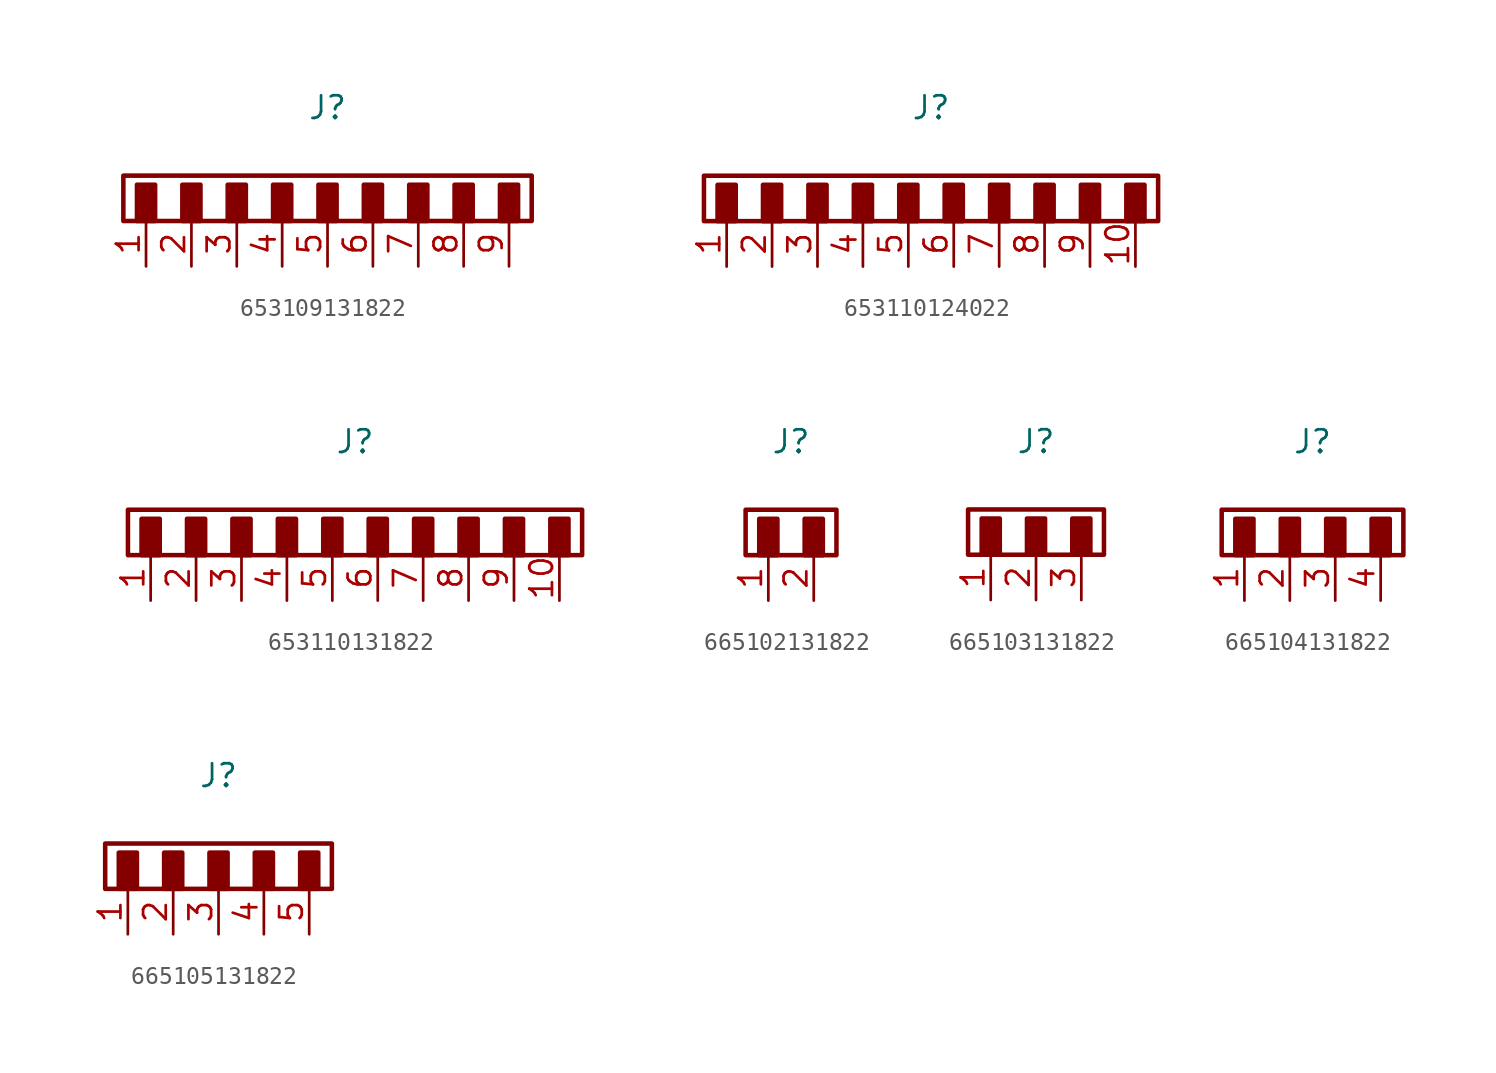
<source format=kicad_sym>
(kicad_symbol_lib
  (version 20241209)
  (generator "kicad_symbol_editor")
  (generator_version "9.0")
  (symbol "653109131822"
    (pin_names
      (hide yes))
    (property "Reference" "J"
      (at 0 5.08 0)
      (effects (font (size 1.27 1.27))))
    (symbol "653109131822_1_1"
      (rectangle (start -11.43 1.27) (end 11.43 -1.27) (stroke (width 0.254) (type solid)) (fill (type none)))
      (rectangle (start -9.652 0.762) (end -10.668 -1.27) (stroke (width 0.254) (type solid)) (fill (type outline)))
      (rectangle (start -7.112 0.762) (end -8.128 -1.27) (stroke (width 0.254) (type solid)) (fill (type outline)))
      (rectangle (start -4.572 0.762) (end -5.588 -1.27) (stroke (width 0.254) (type solid)) (fill (type outline)))
      (rectangle (start -2.032 0.762) (end -3.048 -1.27) (stroke (width 0.254) (type solid)) (fill (type outline)))
      (rectangle (start 0.508 0.762) (end -0.508 -1.27) (stroke (width 0.254) (type solid)) (fill (type outline)))
      (rectangle (start 3.048 0.762) (end 2.032 -1.27) (stroke (width 0.254) (type solid)) (fill (type outline)))
      (rectangle (start 5.588 0.762) (end 4.572 -1.27) (stroke (width 0.254) (type solid)) (fill (type outline)))
      (rectangle (start 8.128 0.762) (end 7.112 -1.27) (stroke (width 0.254) (type solid)) (fill (type outline)))
      (rectangle (start 10.668 0.762) (end 9.652 -1.27) (stroke (width 0.254) (type solid)) (fill (type outline)))
      (pin passive line (at -10.16 -3.81 90) (length 2.54) (name "1" (effects (font (size 1.27 1.27)))) (number "1" (effects (font (size 1.27 1.27)))))
      (pin passive line (at -7.62 -3.81 90) (length 2.54) (name "2" (effects (font (size 1.27 1.27)))) (number "2" (effects (font (size 1.27 1.27)))))
      (pin passive line (at -5.08 -3.81 90) (length 2.54) (name "3" (effects (font (size 1.27 1.27)))) (number "3" (effects (font (size 1.27 1.27)))))
      (pin passive line (at -2.54 -3.81 90) (length 2.54) (name "4" (effects (font (size 1.27 1.27)))) (number "4" (effects (font (size 1.27 1.27)))))
      (pin passive line (at 0 -3.81 90) (length 2.54) (name "5" (effects (font (size 1.27 1.27)))) (number "5" (effects (font (size 1.27 1.27)))))
      (pin passive line (at 2.54 -3.81 90) (length 2.54) (name "6" (effects (font (size 1.27 1.27)))) (number "6" (effects (font (size 1.27 1.27)))))
      (pin passive line (at 5.08 -3.81 90) (length 2.54) (name "7" (effects (font (size 1.27 1.27)))) (number "7" (effects (font (size 1.27 1.27)))))
      (pin passive line (at 7.62 -3.81 90) (length 2.54) (name "8" (effects (font (size 1.27 1.27)))) (number "8" (effects (font (size 1.27 1.27)))))
      (pin passive line (at 10.16 -3.81 90) (length 2.54) (name "9" (effects (font (size 1.27 1.27)))) (number "9" (effects (font (size 1.27 1.27)))))))
  (symbol "653110124022"
    (pin_names
      (hide yes))
    (property "Reference" "J"
      (at 0 5.08 0)
      (effects (font (size 1.27 1.27))))
    (symbol "653110124022_1_1"
      (rectangle (start -12.7 1.27) (end 12.7 -1.27) (stroke (width 0.254) (type solid)) (fill (type none)))
      (rectangle (start -10.922 0.762) (end -11.938 -1.27) (stroke (width 0.254) (type solid)) (fill (type outline)))
      (rectangle (start -8.382 0.762) (end -9.398 -1.27) (stroke (width 0.254) (type solid)) (fill (type outline)))
      (rectangle (start -5.842 0.762) (end -6.858 -1.27) (stroke (width 0.254) (type solid)) (fill (type outline)))
      (rectangle (start -3.302 0.762) (end -4.318 -1.27) (stroke (width 0.254) (type solid)) (fill (type outline)))
      (rectangle (start -0.762 0.762) (end -1.778 -1.27) (stroke (width 0.254) (type solid)) (fill (type outline)))
      (rectangle (start 1.778 0.762) (end 0.762 -1.27) (stroke (width 0.254) (type solid)) (fill (type outline)))
      (rectangle (start 4.318 0.762) (end 3.302 -1.27) (stroke (width 0.254) (type solid)) (fill (type outline)))
      (rectangle (start 6.858 0.762) (end 5.842 -1.27) (stroke (width 0.254) (type solid)) (fill (type outline)))
      (rectangle (start 9.398 0.762) (end 8.382 -1.27) (stroke (width 0.254) (type solid)) (fill (type outline)))
      (rectangle (start 11.938 0.762) (end 10.922 -1.27) (stroke (width 0.254) (type solid)) (fill (type outline)))
      (pin passive line (at -11.43 -3.81 90) (length 2.54) (name "1" (effects (font (size 1.27 1.27)))) (number "1" (effects (font (size 1.27 1.27)))))
      (pin passive line (at -8.89 -3.81 90) (length 2.54) (name "2" (effects (font (size 1.27 1.27)))) (number "2" (effects (font (size 1.27 1.27)))))
      (pin passive line (at -6.35 -3.81 90) (length 2.54) (name "3" (effects (font (size 1.27 1.27)))) (number "3" (effects (font (size 1.27 1.27)))))
      (pin passive line (at -3.81 -3.81 90) (length 2.54) (name "4" (effects (font (size 1.27 1.27)))) (number "4" (effects (font (size 1.27 1.27)))))
      (pin passive line (at -1.27 -3.81 90) (length 2.54) (name "5" (effects (font (size 1.27 1.27)))) (number "5" (effects (font (size 1.27 1.27)))))
      (pin passive line (at 1.27 -3.81 90) (length 2.54) (name "6" (effects (font (size 1.27 1.27)))) (number "6" (effects (font (size 1.27 1.27)))))
      (pin passive line (at 3.81 -3.81 90) (length 2.54) (name "7" (effects (font (size 1.27 1.27)))) (number "7" (effects (font (size 1.27 1.27)))))
      (pin passive line (at 6.35 -3.81 90) (length 2.54) (name "8" (effects (font (size 1.27 1.27)))) (number "8" (effects (font (size 1.27 1.27)))))
      (pin passive line (at 8.89 -3.81 90) (length 2.54) (name "9" (effects (font (size 1.27 1.27)))) (number "9" (effects (font (size 1.27 1.27)))))
      (pin passive line (at 11.43 -3.81 90) (length 2.54) (name "10" (effects (font (size 1.27 1.27)))) (number "10" (effects (font (size 1.27 1.27)))))))
  (symbol "653110131822"
    (pin_names
      (hide yes))
    (property "Reference" "J"
      (at 0 5.08 0)
      (effects (font (size 1.27 1.27))))
    (symbol "653110131822_1_1"
      (rectangle (start -12.7 1.27) (end 12.7 -1.27) (stroke (width 0.254) (type solid)) (fill (type none)))
      (rectangle (start -10.922 0.762) (end -11.938 -1.27) (stroke (width 0.254) (type solid)) (fill (type outline)))
      (rectangle (start -8.382 0.762) (end -9.398 -1.27) (stroke (width 0.254) (type solid)) (fill (type outline)))
      (rectangle (start -5.842 0.762) (end -6.858 -1.27) (stroke (width 0.254) (type solid)) (fill (type outline)))
      (rectangle (start -3.302 0.762) (end -4.318 -1.27) (stroke (width 0.254) (type solid)) (fill (type outline)))
      (rectangle (start -0.762 0.762) (end -1.778 -1.27) (stroke (width 0.254) (type solid)) (fill (type outline)))
      (rectangle (start 1.778 0.762) (end 0.762 -1.27) (stroke (width 0.254) (type solid)) (fill (type outline)))
      (rectangle (start 4.318 0.762) (end 3.302 -1.27) (stroke (width 0.254) (type solid)) (fill (type outline)))
      (rectangle (start 6.858 0.762) (end 5.842 -1.27) (stroke (width 0.254) (type solid)) (fill (type outline)))
      (rectangle (start 9.398 0.762) (end 8.382 -1.27) (stroke (width 0.254) (type solid)) (fill (type outline)))
      (rectangle (start 11.938 0.762) (end 10.922 -1.27) (stroke (width 0.254) (type solid)) (fill (type outline)))
      (pin passive line (at -11.43 -3.81 90) (length 2.54) (name "1" (effects (font (size 1.27 1.27)))) (number "1" (effects (font (size 1.27 1.27)))))
      (pin passive line (at -8.89 -3.81 90) (length 2.54) (name "2" (effects (font (size 1.27 1.27)))) (number "2" (effects (font (size 1.27 1.27)))))
      (pin passive line (at -6.35 -3.81 90) (length 2.54) (name "3" (effects (font (size 1.27 1.27)))) (number "3" (effects (font (size 1.27 1.27)))))
      (pin passive line (at -3.81 -3.81 90) (length 2.54) (name "4" (effects (font (size 1.27 1.27)))) (number "4" (effects (font (size 1.27 1.27)))))
      (pin passive line (at -1.27 -3.81 90) (length 2.54) (name "5" (effects (font (size 1.27 1.27)))) (number "5" (effects (font (size 1.27 1.27)))))
      (pin passive line (at 1.27 -3.81 90) (length 2.54) (name "6" (effects (font (size 1.27 1.27)))) (number "6" (effects (font (size 1.27 1.27)))))
      (pin passive line (at 3.81 -3.81 90) (length 2.54) (name "7" (effects (font (size 1.27 1.27)))) (number "7" (effects (font (size 1.27 1.27)))))
      (pin passive line (at 6.35 -3.81 90) (length 2.54) (name "8" (effects (font (size 1.27 1.27)))) (number "8" (effects (font (size 1.27 1.27)))))
      (pin passive line (at 8.89 -3.81 90) (length 2.54) (name "9" (effects (font (size 1.27 1.27)))) (number "9" (effects (font (size 1.27 1.27)))))
      (pin passive line (at 11.43 -3.81 90) (length 2.54) (name "10" (effects (font (size 1.27 1.27)))) (number "10" (effects (font (size 1.27 1.27)))))))
  (symbol "665102131822"
    (pin_names
      (hide yes))
    (property "Reference" "J"
      (at 0 5.08 0)
      (effects (font (size 1.27 1.27))))
    (symbol "665102131822_1_1"
      (rectangle (start -2.54 1.27) (end 2.54 -1.27) (stroke (width 0.254) (type solid)) (fill (type none)))
      (rectangle (start -0.762 0.762) (end -1.778 -1.27) (stroke (width 0.254) (type solid)) (fill (type outline)))
      (rectangle (start 1.778 0.762) (end 0.762 -1.27) (stroke (width 0.254) (type solid)) (fill (type outline)))
      (pin passive line (at -1.27 -3.81 90) (length 2.54) (name "1" (effects (font (size 1.27 1.27)))) (number "1" (effects (font (size 1.27 1.27)))))
      (pin passive line (at 1.27 -3.81 90) (length 2.54) (name "2" (effects (font (size 1.27 1.27)))) (number "2" (effects (font (size 1.27 1.27)))))))
  (symbol "665103131822"
    (pin_names
      (hide yes))
    (property "Reference" "J"
      (at 0 5.08 0)
      (effects (font (size 1.27 1.27))))
    (symbol "665103131822_1_1"
      (rectangle (start -3.81 1.27) (end 3.81 -1.27) (stroke (width 0.254) (type solid)) (fill (type none)))
      (rectangle (start -2.032 0.762) (end -3.048 -1.27) (stroke (width 0.254) (type solid)) (fill (type outline)))
      (rectangle (start 0.508 0.762) (end -0.508 -1.27) (stroke (width 0.254) (type solid)) (fill (type outline)))
      (rectangle (start 3.048 0.762) (end 2.032 -1.27) (stroke (width 0.254) (type solid)) (fill (type outline)))
      (pin passive line (at -2.54 -3.81 90) (length 2.54) (name "1" (effects (font (size 1.27 1.27)))) (number "1" (effects (font (size 1.27 1.27)))))
      (pin passive line (at 0 -3.81 90) (length 2.54) (name "2" (effects (font (size 1.27 1.27)))) (number "2" (effects (font (size 1.27 1.27)))))
      (pin passive line (at 2.54 -3.81 90) (length 2.54) (name "3" (effects (font (size 1.27 1.27)))) (number "3" (effects (font (size 1.27 1.27)))))))
  (symbol "665104131822"
    (pin_names
      (hide yes))
    (property "Reference" "J"
      (at 0 5.08 0)
      (effects (font (size 1.27 1.27))))
    (symbol "665104131822_1_1"
      (rectangle (start -5.08 1.27) (end 5.08 -1.27) (stroke (width 0.254) (type solid)) (fill (type none)))
      (rectangle (start -3.302 0.762) (end -4.318 -1.27) (stroke (width 0.254) (type solid)) (fill (type outline)))
      (rectangle (start -0.762 0.762) (end -1.778 -1.27) (stroke (width 0.254) (type solid)) (fill (type outline)))
      (rectangle (start 1.778 0.762) (end 0.762 -1.27) (stroke (width 0.254) (type solid)) (fill (type outline)))
      (rectangle (start 4.318 0.762) (end 3.302 -1.27) (stroke (width 0.254) (type solid)) (fill (type outline)))
      (pin passive line (at -3.81 -3.81 90) (length 2.54) (name "1" (effects (font (size 1.27 1.27)))) (number "1" (effects (font (size 1.27 1.27)))))
      (pin passive line (at -1.27 -3.81 90) (length 2.54) (name "2" (effects (font (size 1.27 1.27)))) (number "2" (effects (font (size 1.27 1.27)))))
      (pin passive line (at 1.27 -3.81 90) (length 2.54) (name "3" (effects (font (size 1.27 1.27)))) (number "3" (effects (font (size 1.27 1.27)))))
      (pin passive line (at 3.81 -3.81 90) (length 2.54) (name "4" (effects (font (size 1.27 1.27)))) (number "4" (effects (font (size 1.27 1.27)))))))
  (symbol "665105131822"
    (pin_names
      (hide yes))
    (property "Reference" "J"
      (at 0 5.08 0)
      (effects (font (size 1.27 1.27))))
    (symbol "665105131822_1_1"
      (rectangle (start -6.35 1.27) (end 6.35 -1.27) (stroke (width 0.254) (type solid)) (fill (type none)))
      (rectangle (start -4.572 0.762) (end -5.588 -1.27) (stroke (width 0.254) (type solid)) (fill (type outline)))
      (rectangle (start -2.032 0.762) (end -3.048 -1.27) (stroke (width 0.254) (type solid)) (fill (type outline)))
      (rectangle (start 0.508 0.762) (end -0.508 -1.27) (stroke (width 0.254) (type solid)) (fill (type outline)))
      (rectangle (start 3.048 0.762) (end 2.032 -1.27) (stroke (width 0.254) (type solid)) (fill (type outline)))
      (rectangle (start 5.588 0.762) (end 4.572 -1.27) (stroke (width 0.254) (type solid)) (fill (type outline)))
      (pin passive line (at -5.08 -3.81 90) (length 2.54) (name "1" (effects (font (size 1.27 1.27)))) (number "1" (effects (font (size 1.27 1.27)))))
      (pin passive line (at -2.54 -3.81 90) (length 2.54) (name "2" (effects (font (size 1.27 1.27)))) (number "2" (effects (font (size 1.27 1.27)))))
      (pin passive line (at 0 -3.81 90) (length 2.54) (name "3" (effects (font (size 1.27 1.27)))) (number "3" (effects (font (size 1.27 1.27)))))
      (pin passive line (at 2.54 -3.81 90) (length 2.54) (name "4" (effects (font (size 1.27 1.27)))) (number "4" (effects (font (size 1.27 1.27)))))
      (pin passive line (at 5.08 -3.81 90) (length 2.54) (name "5" (effects (font (size 1.27 1.27)))) (number "5" (effects (font (size 1.27 1.27))))))))
</source>
